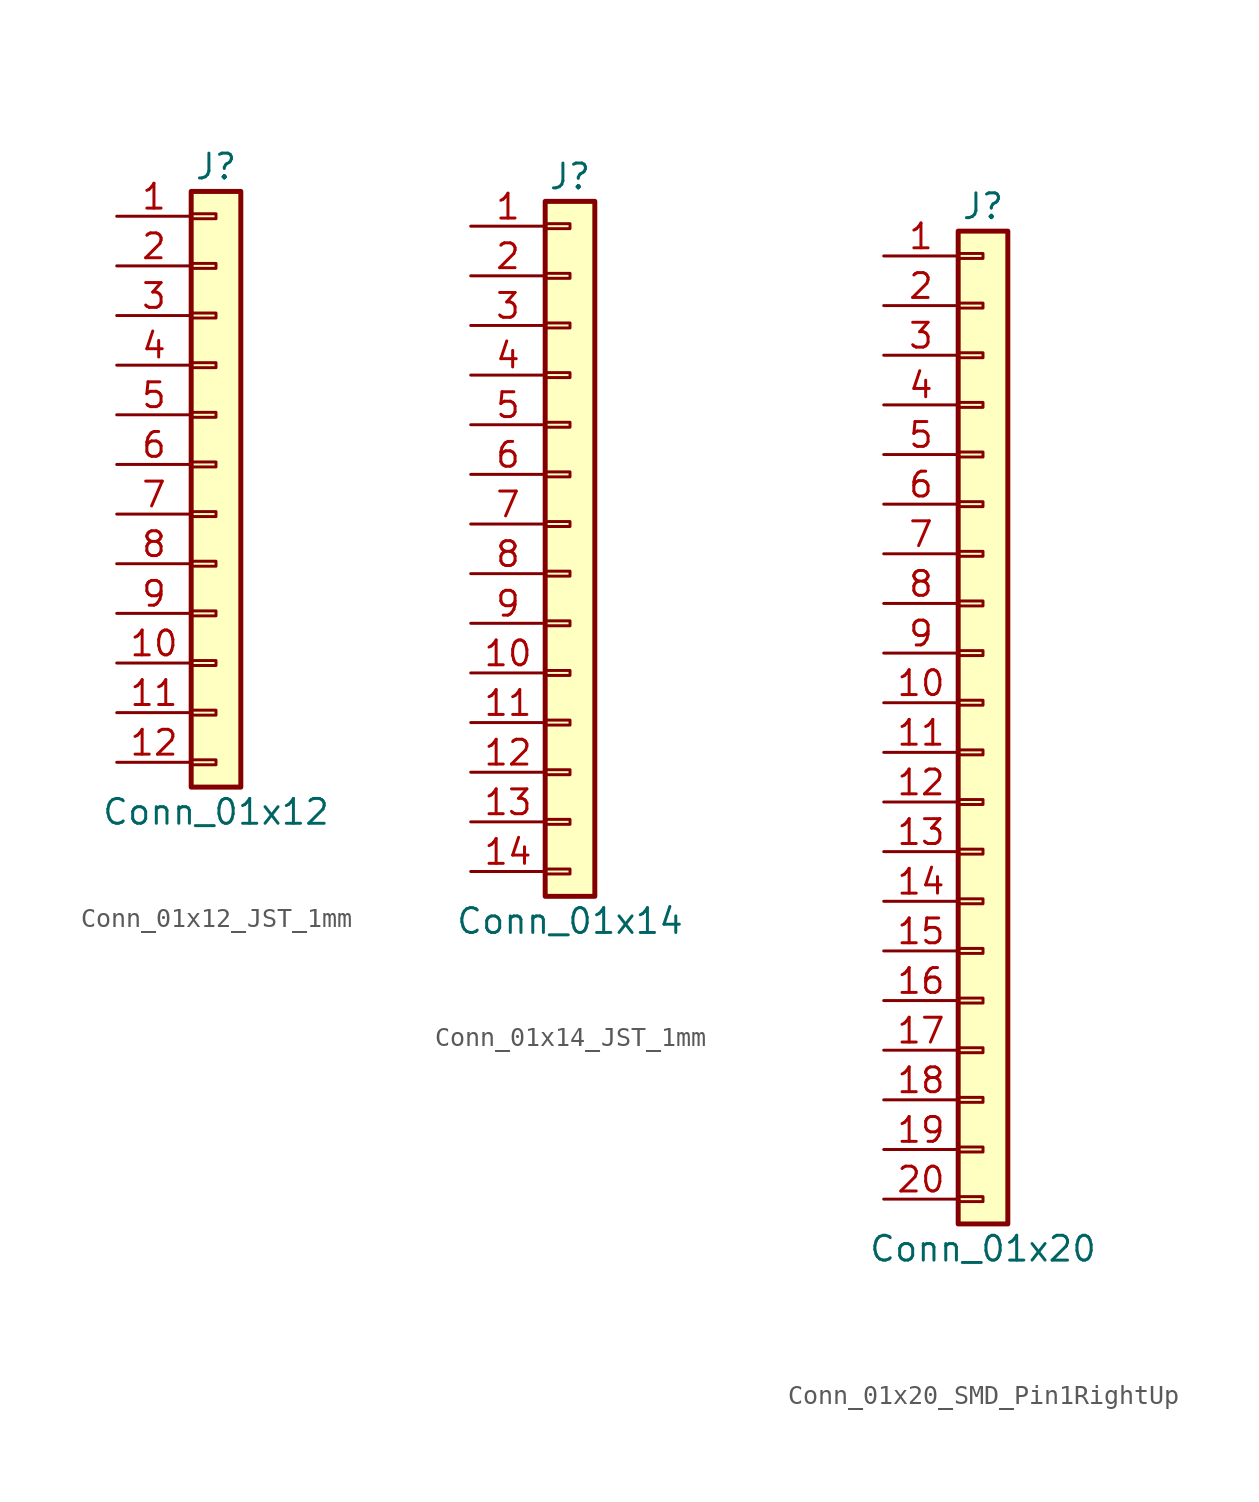
<source format=kicad_sym>
(kicad_symbol_lib
  (version 20231120)
  (generator "kicad_symbol_editor")
  (generator_version "8.0")
  (symbol "Conn_01x12_JST_1mm"
    (pin_names
      (offset 1.016) hide)
    (property "Reference" "J"
      (at 0 15.24 0)
      (effects (font (size 1.27 1.27))))
    (property "Value" "Conn_01x12"
      (at 0 -17.78 0)
      (effects (font (size 1.27 1.27))))
    (symbol "Conn_01x12_JST_1mm_1_1"
      (rectangle (start -1.27 -15.113) (end 0 -15.367) (stroke (width 0.152) (type default)) (fill (type none)))
      (rectangle (start -1.27 -12.573) (end 0 -12.827) (stroke (width 0.152) (type default)) (fill (type none)))
      (rectangle (start -1.27 -10.033) (end 0 -10.287) (stroke (width 0.152) (type default)) (fill (type none)))
      (rectangle (start -1.27 -7.493) (end 0 -7.747) (stroke (width 0.152) (type default)) (fill (type none)))
      (rectangle (start -1.27 -4.953) (end 0 -5.207) (stroke (width 0.152) (type default)) (fill (type none)))
      (rectangle (start -1.27 -2.413) (end 0 -2.667) (stroke (width 0.152) (type default)) (fill (type none)))
      (rectangle (start -1.27 0.127) (end 0 -0.127) (stroke (width 0.152) (type default)) (fill (type none)))
      (rectangle (start -1.27 2.667) (end 0 2.413) (stroke (width 0.152) (type default)) (fill (type none)))
      (rectangle (start -1.27 5.207) (end 0 4.953) (stroke (width 0.152) (type default)) (fill (type none)))
      (rectangle (start -1.27 7.747) (end 0 7.493) (stroke (width 0.152) (type default)) (fill (type none)))
      (rectangle (start -1.27 10.287) (end 0 10.033) (stroke (width 0.152) (type default)) (fill (type none)))
      (rectangle (start -1.27 12.827) (end 0 12.573) (stroke (width 0.152) (type default)) (fill (type none)))
      (rectangle (start -1.27 13.97) (end 1.27 -16.51) (stroke (width 0.254) (type default)) (fill (type background)))
      (pin passive line (at -5.08 12.7 0) (length 3.81) (name "Pin_1" (effects (font (size 1.27 1.27)))) (number "1" (effects (font (size 1.27 1.27)))))
      (pin passive line (at -5.08 -10.16 0) (length 3.81) (name "Pin_10" (effects (font (size 1.27 1.27)))) (number "10" (effects (font (size 1.27 1.27)))))
      (pin passive line (at -5.08 -12.7 0) (length 3.81) (name "Pin_11" (effects (font (size 1.27 1.27)))) (number "11" (effects (font (size 1.27 1.27)))))
      (pin passive line (at -5.08 -15.24 0) (length 3.81) (name "Pin_12" (effects (font (size 1.27 1.27)))) (number "12" (effects (font (size 1.27 1.27)))))
      (pin passive line (at -5.08 10.16 0) (length 3.81) (name "Pin_2" (effects (font (size 1.27 1.27)))) (number "2" (effects (font (size 1.27 1.27)))))
      (pin passive line (at -5.08 7.62 0) (length 3.81) (name "Pin_3" (effects (font (size 1.27 1.27)))) (number "3" (effects (font (size 1.27 1.27)))))
      (pin passive line (at -5.08 5.08 0) (length 3.81) (name "Pin_4" (effects (font (size 1.27 1.27)))) (number "4" (effects (font (size 1.27 1.27)))))
      (pin passive line (at -5.08 2.54 0) (length 3.81) (name "Pin_5" (effects (font (size 1.27 1.27)))) (number "5" (effects (font (size 1.27 1.27)))))
      (pin passive line (at -5.08 0 0) (length 3.81) (name "Pin_6" (effects (font (size 1.27 1.27)))) (number "6" (effects (font (size 1.27 1.27)))))
      (pin passive line (at -5.08 -2.54 0) (length 3.81) (name "Pin_7" (effects (font (size 1.27 1.27)))) (number "7" (effects (font (size 1.27 1.27)))))
      (pin passive line (at -5.08 -5.08 0) (length 3.81) (name "Pin_8" (effects (font (size 1.27 1.27)))) (number "8" (effects (font (size 1.27 1.27)))))
      (pin passive line (at -5.08 -7.62 0) (length 3.81) (name "Pin_9" (effects (font (size 1.27 1.27)))) (number "9" (effects (font (size 1.27 1.27)))))))
  (symbol "Conn_01x14_JST_1mm"
    (pin_names
      (offset 1.016) hide)
    (property "Reference" "J"
      (at 0 17.78 0)
      (effects (font (size 1.27 1.27))))
    (property "Value" "Conn_01x14"
      (at 0 -20.32 0)
      (effects (font (size 1.27 1.27))))
    (symbol "Conn_01x14_JST_1mm_1_1"
      (rectangle (start -1.27 -17.653) (end 0 -17.907) (stroke (width 0.152) (type default)) (fill (type none)))
      (rectangle (start -1.27 -15.113) (end 0 -15.367) (stroke (width 0.152) (type default)) (fill (type none)))
      (rectangle (start -1.27 -12.573) (end 0 -12.827) (stroke (width 0.152) (type default)) (fill (type none)))
      (rectangle (start -1.27 -10.033) (end 0 -10.287) (stroke (width 0.152) (type default)) (fill (type none)))
      (rectangle (start -1.27 -7.493) (end 0 -7.747) (stroke (width 0.152) (type default)) (fill (type none)))
      (rectangle (start -1.27 -4.953) (end 0 -5.207) (stroke (width 0.152) (type default)) (fill (type none)))
      (rectangle (start -1.27 -2.413) (end 0 -2.667) (stroke (width 0.152) (type default)) (fill (type none)))
      (rectangle (start -1.27 0.127) (end 0 -0.127) (stroke (width 0.152) (type default)) (fill (type none)))
      (rectangle (start -1.27 2.667) (end 0 2.413) (stroke (width 0.152) (type default)) (fill (type none)))
      (rectangle (start -1.27 5.207) (end 0 4.953) (stroke (width 0.152) (type default)) (fill (type none)))
      (rectangle (start -1.27 7.747) (end 0 7.493) (stroke (width 0.152) (type default)) (fill (type none)))
      (rectangle (start -1.27 10.287) (end 0 10.033) (stroke (width 0.152) (type default)) (fill (type none)))
      (rectangle (start -1.27 12.827) (end 0 12.573) (stroke (width 0.152) (type default)) (fill (type none)))
      (rectangle (start -1.27 15.367) (end 0 15.113) (stroke (width 0.152) (type default)) (fill (type none)))
      (rectangle (start -1.27 16.51) (end 1.27 -19.05) (stroke (width 0.254) (type default)) (fill (type background)))
      (pin passive line (at -5.08 15.24 0) (length 3.81) (name "Pin_1" (effects (font (size 1.27 1.27)))) (number "1" (effects (font (size 1.27 1.27)))))
      (pin passive line (at -5.08 -7.62 0) (length 3.81) (name "Pin_10" (effects (font (size 1.27 1.27)))) (number "10" (effects (font (size 1.27 1.27)))))
      (pin passive line (at -5.08 -10.16 0) (length 3.81) (name "Pin_11" (effects (font (size 1.27 1.27)))) (number "11" (effects (font (size 1.27 1.27)))))
      (pin passive line (at -5.08 -12.7 0) (length 3.81) (name "Pin_12" (effects (font (size 1.27 1.27)))) (number "12" (effects (font (size 1.27 1.27)))))
      (pin passive line (at -5.08 -15.24 0) (length 3.81) (name "Pin_13" (effects (font (size 1.27 1.27)))) (number "13" (effects (font (size 1.27 1.27)))))
      (pin passive line (at -5.08 -17.78 0) (length 3.81) (name "Pin_14" (effects (font (size 1.27 1.27)))) (number "14" (effects (font (size 1.27 1.27)))))
      (pin passive line (at -5.08 12.7 0) (length 3.81) (name "Pin_2" (effects (font (size 1.27 1.27)))) (number "2" (effects (font (size 1.27 1.27)))))
      (pin passive line (at -5.08 10.16 0) (length 3.81) (name "Pin_3" (effects (font (size 1.27 1.27)))) (number "3" (effects (font (size 1.27 1.27)))))
      (pin passive line (at -5.08 7.62 0) (length 3.81) (name "Pin_4" (effects (font (size 1.27 1.27)))) (number "4" (effects (font (size 1.27 1.27)))))
      (pin passive line (at -5.08 5.08 0) (length 3.81) (name "Pin_5" (effects (font (size 1.27 1.27)))) (number "5" (effects (font (size 1.27 1.27)))))
      (pin passive line (at -5.08 2.54 0) (length 3.81) (name "Pin_6" (effects (font (size 1.27 1.27)))) (number "6" (effects (font (size 1.27 1.27)))))
      (pin passive line (at -5.08 0 0) (length 3.81) (name "Pin_7" (effects (font (size 1.27 1.27)))) (number "7" (effects (font (size 1.27 1.27)))))
      (pin passive line (at -5.08 -2.54 0) (length 3.81) (name "Pin_8" (effects (font (size 1.27 1.27)))) (number "8" (effects (font (size 1.27 1.27)))))
      (pin passive line (at -5.08 -5.08 0) (length 3.81) (name "Pin_9" (effects (font (size 1.27 1.27)))) (number "9" (effects (font (size 1.27 1.27)))))))
  (symbol "Conn_01x20_SMD_Pin1RightUp"
    (pin_names
      (offset 1.016) hide)
    (property "Reference" "J"
      (at 0 25.4 0)
      (effects (font (size 1.27 1.27))))
    (property "Value" "Conn_01x20"
      (at 0 -27.94 0)
      (effects (font (size 1.27 1.27))))
    (symbol "Conn_01x20_SMD_Pin1RightUp_1_1"
      (rectangle (start -1.27 -25.273) (end 0 -25.527) (stroke (width 0.152) (type default)) (fill (type none)))
      (rectangle (start -1.27 -22.733) (end 0 -22.987) (stroke (width 0.152) (type default)) (fill (type none)))
      (rectangle (start -1.27 -20.193) (end 0 -20.447) (stroke (width 0.152) (type default)) (fill (type none)))
      (rectangle (start -1.27 -17.653) (end 0 -17.907) (stroke (width 0.152) (type default)) (fill (type none)))
      (rectangle (start -1.27 -15.113) (end 0 -15.367) (stroke (width 0.152) (type default)) (fill (type none)))
      (rectangle (start -1.27 -12.573) (end 0 -12.827) (stroke (width 0.152) (type default)) (fill (type none)))
      (rectangle (start -1.27 -10.033) (end 0 -10.287) (stroke (width 0.152) (type default)) (fill (type none)))
      (rectangle (start -1.27 -7.493) (end 0 -7.747) (stroke (width 0.152) (type default)) (fill (type none)))
      (rectangle (start -1.27 -4.953) (end 0 -5.207) (stroke (width 0.152) (type default)) (fill (type none)))
      (rectangle (start -1.27 -2.413) (end 0 -2.667) (stroke (width 0.152) (type default)) (fill (type none)))
      (rectangle (start -1.27 0.127) (end 0 -0.127) (stroke (width 0.152) (type default)) (fill (type none)))
      (rectangle (start -1.27 2.667) (end 0 2.413) (stroke (width 0.152) (type default)) (fill (type none)))
      (rectangle (start -1.27 5.207) (end 0 4.953) (stroke (width 0.152) (type default)) (fill (type none)))
      (rectangle (start -1.27 7.747) (end 0 7.493) (stroke (width 0.152) (type default)) (fill (type none)))
      (rectangle (start -1.27 10.287) (end 0 10.033) (stroke (width 0.152) (type default)) (fill (type none)))
      (rectangle (start -1.27 12.827) (end 0 12.573) (stroke (width 0.152) (type default)) (fill (type none)))
      (rectangle (start -1.27 15.367) (end 0 15.113) (stroke (width 0.152) (type default)) (fill (type none)))
      (rectangle (start -1.27 17.907) (end 0 17.653) (stroke (width 0.152) (type default)) (fill (type none)))
      (rectangle (start -1.27 20.447) (end 0 20.193) (stroke (width 0.152) (type default)) (fill (type none)))
      (rectangle (start -1.27 22.987) (end 0 22.733) (stroke (width 0.152) (type default)) (fill (type none)))
      (rectangle (start -1.27 24.13) (end 1.27 -26.67) (stroke (width 0.254) (type default)) (fill (type background)))
      (pin passive line (at -5.08 22.86 0) (length 3.81) (name "Pin_1" (effects (font (size 1.27 1.27)))) (number "1" (effects (font (size 1.27 1.27)))))
      (pin passive line (at -5.08 0 0) (length 3.81) (name "Pin_10" (effects (font (size 1.27 1.27)))) (number "10" (effects (font (size 1.27 1.27)))))
      (pin passive line (at -5.08 -2.54 0) (length 3.81) (name "Pin_11" (effects (font (size 1.27 1.27)))) (number "11" (effects (font (size 1.27 1.27)))))
      (pin passive line (at -5.08 -5.08 0) (length 3.81) (name "Pin_12" (effects (font (size 1.27 1.27)))) (number "12" (effects (font (size 1.27 1.27)))))
      (pin passive line (at -5.08 -7.62 0) (length 3.81) (name "Pin_13" (effects (font (size 1.27 1.27)))) (number "13" (effects (font (size 1.27 1.27)))))
      (pin passive line (at -5.08 -10.16 0) (length 3.81) (name "Pin_14" (effects (font (size 1.27 1.27)))) (number "14" (effects (font (size 1.27 1.27)))))
      (pin passive line (at -5.08 -12.7 0) (length 3.81) (name "Pin_15" (effects (font (size 1.27 1.27)))) (number "15" (effects (font (size 1.27 1.27)))))
      (pin passive line (at -5.08 -15.24 0) (length 3.81) (name "Pin_16" (effects (font (size 1.27 1.27)))) (number "16" (effects (font (size 1.27 1.27)))))
      (pin passive line (at -5.08 -17.78 0) (length 3.81) (name "Pin_17" (effects (font (size 1.27 1.27)))) (number "17" (effects (font (size 1.27 1.27)))))
      (pin passive line (at -5.08 -20.32 0) (length 3.81) (name "Pin_18" (effects (font (size 1.27 1.27)))) (number "18" (effects (font (size 1.27 1.27)))))
      (pin passive line (at -5.08 -22.86 0) (length 3.81) (name "Pin_19" (effects (font (size 1.27 1.27)))) (number "19" (effects (font (size 1.27 1.27)))))
      (pin passive line (at -5.08 20.32 0) (length 3.81) (name "Pin_2" (effects (font (size 1.27 1.27)))) (number "2" (effects (font (size 1.27 1.27)))))
      (pin passive line (at -5.08 -25.4 0) (length 3.81) (name "Pin_20" (effects (font (size 1.27 1.27)))) (number "20" (effects (font (size 1.27 1.27)))))
      (pin passive line (at -5.08 17.78 0) (length 3.81) (name "Pin_3" (effects (font (size 1.27 1.27)))) (number "3" (effects (font (size 1.27 1.27)))))
      (pin passive line (at -5.08 15.24 0) (length 3.81) (name "Pin_4" (effects (font (size 1.27 1.27)))) (number "4" (effects (font (size 1.27 1.27)))))
      (pin passive line (at -5.08 12.7 0) (length 3.81) (name "Pin_5" (effects (font (size 1.27 1.27)))) (number "5" (effects (font (size 1.27 1.27)))))
      (pin passive line (at -5.08 10.16 0) (length 3.81) (name "Pin_6" (effects (font (size 1.27 1.27)))) (number "6" (effects (font (size 1.27 1.27)))))
      (pin passive line (at -5.08 7.62 0) (length 3.81) (name "Pin_7" (effects (font (size 1.27 1.27)))) (number "7" (effects (font (size 1.27 1.27)))))
      (pin passive line (at -5.08 5.08 0) (length 3.81) (name "Pin_8" (effects (font (size 1.27 1.27)))) (number "8" (effects (font (size 1.27 1.27)))))
      (pin passive line (at -5.08 2.54 0) (length 3.81) (name "Pin_9" (effects (font (size 1.27 1.27)))) (number "9" (effects (font (size 1.27 1.27))))))))
</source>
